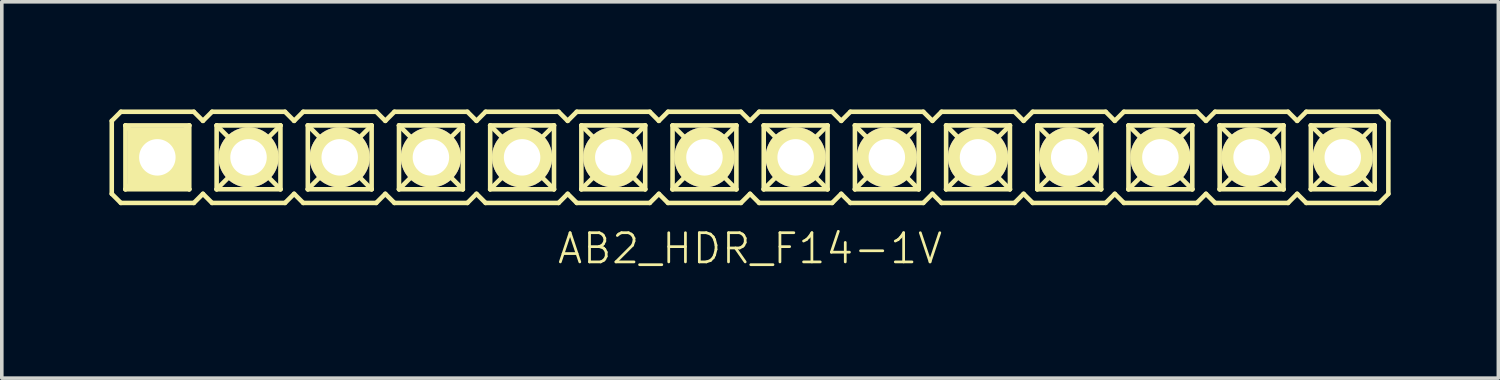
<source format=kicad_pcb>
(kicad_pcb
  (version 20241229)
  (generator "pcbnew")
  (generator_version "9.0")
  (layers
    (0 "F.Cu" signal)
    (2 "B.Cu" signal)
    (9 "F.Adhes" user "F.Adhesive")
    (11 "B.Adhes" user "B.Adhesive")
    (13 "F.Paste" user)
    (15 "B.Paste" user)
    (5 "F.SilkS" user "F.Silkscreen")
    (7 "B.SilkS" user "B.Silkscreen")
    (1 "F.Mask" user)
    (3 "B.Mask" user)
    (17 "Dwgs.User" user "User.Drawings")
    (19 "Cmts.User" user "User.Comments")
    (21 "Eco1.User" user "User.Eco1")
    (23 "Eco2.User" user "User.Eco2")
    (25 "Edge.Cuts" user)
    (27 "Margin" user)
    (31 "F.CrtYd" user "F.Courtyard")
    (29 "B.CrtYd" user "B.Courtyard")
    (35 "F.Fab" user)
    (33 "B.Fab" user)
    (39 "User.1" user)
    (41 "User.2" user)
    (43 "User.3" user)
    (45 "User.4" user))
  (footprint "AB2_HDR_F14-1V"
    (layer "F.Cu")
    (at 17.843 1.333)
    (property "Reference" "AB2_HDR_F14-1V" (at 0 2.54 0) (layer "F.SilkS") (effects (font (size 0.813 0.813) (thickness 0.076))))
    (attr through_hole)
    (fp_line (start -17.78 -1.016) (end -17.526 -1.27) (stroke (width 0.127) (type solid)) (layer "F.SilkS"))
    (fp_line (start -17.78 1.016) (end -17.78 -1.016) (stroke (width 0.127) (type solid)) (layer "F.SilkS"))
    (fp_line (start -17.526 -1.27) (end -15.494 -1.27) (stroke (width 0.127) (type solid)) (layer "F.SilkS"))
    (fp_line (start -17.526 1.27) (end -17.78 1.016) (stroke (width 0.127) (type solid)) (layer "F.SilkS"))
    (fp_line (start -17.399 -0.889) (end -15.621 -0.889) (stroke (width 0.127) (type solid)) (layer "F.SilkS"))
    (fp_line (start -17.399 0.889) (end -17.399 -0.889) (stroke (width 0.127) (type solid)) (layer "F.SilkS"))
    (fp_line (start -17.018 -0.508) (end -17.399 -0.889) (stroke (width 0.127) (type solid)) (layer "F.SilkS"))
    (fp_line (start -17.018 -0.508) (end -16.002 -0.508) (stroke (width 0.127) (type solid)) (layer "F.SilkS"))
    (fp_line (start -17.018 0.508) (end -17.399 0.889) (stroke (width 0.127) (type solid)) (layer "F.SilkS"))
    (fp_line (start -17.018 0.508) (end -17.018 -0.508) (stroke (width 0.127) (type solid)) (layer "F.SilkS"))
    (fp_line (start -16.002 -0.508) (end -16.002 0.508) (stroke (width 0.127) (type solid)) (layer "F.SilkS"))
    (fp_line (start -16.002 -0.508) (end -15.621 -0.889) (stroke (width 0.127) (type solid)) (layer "F.SilkS"))
    (fp_line (start -16.002 0.508) (end -17.018 0.508) (stroke (width 0.127) (type solid)) (layer "F.SilkS"))
    (fp_line (start -16.002 0.508) (end -15.621 0.889) (stroke (width 0.127) (type solid)) (layer "F.SilkS"))
    (fp_line (start -15.621 -0.889) (end -15.621 0.889) (stroke (width 0.127) (type solid)) (layer "F.SilkS"))
    (fp_line (start -15.621 0.889) (end -17.399 0.889) (stroke (width 0.127) (type solid)) (layer "F.SilkS"))
    (fp_line (start -15.494 -1.27) (end -15.24 -1.016) (stroke (width 0.127) (type solid)) (layer "F.SilkS"))
    (fp_line (start -15.494 1.27) (end -17.526 1.27) (stroke (width 0.127) (type solid)) (layer "F.SilkS"))
    (fp_line (start -15.24 -1.016) (end -14.986 -1.27) (stroke (width 0.127) (type solid)) (layer "F.SilkS"))
    (fp_line (start -15.24 1.016) (end -15.494 1.27) (stroke (width 0.127) (type solid)) (layer "F.SilkS"))
    (fp_line (start -14.986 -1.27) (end -12.954 -1.27) (stroke (width 0.127) (type solid)) (layer "F.SilkS"))
    (fp_line (start -14.986 1.27) (end -15.24 1.016) (stroke (width 0.127) (type solid)) (layer "F.SilkS"))
    (fp_line (start -14.859 -0.889) (end -13.081 -0.889) (stroke (width 0.127) (type solid)) (layer "F.SilkS"))
    (fp_line (start -14.859 0.889) (end -14.859 -0.889) (stroke (width 0.127) (type solid)) (layer "F.SilkS"))
    (fp_line (start -14.478 -0.508) (end -14.859 -0.889) (stroke (width 0.127) (type solid)) (layer "F.SilkS"))
    (fp_line (start -14.478 -0.508) (end -13.462 -0.508) (stroke (width 0.127) (type solid)) (layer "F.SilkS"))
    (fp_line (start -14.478 0.508) (end -14.859 0.889) (stroke (width 0.127) (type solid)) (layer "F.SilkS"))
    (fp_line (start -14.478 0.508) (end -14.478 -0.508) (stroke (width 0.127) (type solid)) (layer "F.SilkS"))
    (fp_line (start -13.462 -0.508) (end -13.462 0.508) (stroke (width 0.127) (type solid)) (layer "F.SilkS"))
    (fp_line (start -13.462 -0.508) (end -13.081 -0.889) (stroke (width 0.127) (type solid)) (layer "F.SilkS"))
    (fp_line (start -13.462 0.508) (end -14.478 0.508) (stroke (width 0.127) (type solid)) (layer "F.SilkS"))
    (fp_line (start -13.462 0.508) (end -13.081 0.889) (stroke (width 0.127) (type solid)) (layer "F.SilkS"))
    (fp_line (start -13.081 -0.889) (end -13.081 0.889) (stroke (width 0.127) (type solid)) (layer "F.SilkS"))
    (fp_line (start -13.081 0.889) (end -14.859 0.889) (stroke (width 0.127) (type solid)) (layer "F.SilkS"))
    (fp_line (start -12.954 -1.27) (end -12.7 -1.016) (stroke (width 0.127) (type solid)) (layer "F.SilkS"))
    (fp_line (start -12.954 1.27) (end -14.986 1.27) (stroke (width 0.127) (type solid)) (layer "F.SilkS"))
    (fp_line (start -12.7 -1.016) (end -12.446 -1.27) (stroke (width 0.127) (type solid)) (layer "F.SilkS"))
    (fp_line (start -12.7 1.016) (end -12.954 1.27) (stroke (width 0.127) (type solid)) (layer "F.SilkS"))
    (fp_line (start -12.446 -1.27) (end -10.414 -1.27) (stroke (width 0.127) (type solid)) (layer "F.SilkS"))
    (fp_line (start -12.446 1.27) (end -12.7 1.016) (stroke (width 0.127) (type solid)) (layer "F.SilkS"))
    (fp_line (start -12.319 -0.889) (end -10.541 -0.889) (stroke (width 0.127) (type solid)) (layer "F.SilkS"))
    (fp_line (start -12.319 0.889) (end -12.319 -0.889) (stroke (width 0.127) (type solid)) (layer "F.SilkS"))
    (fp_line (start -11.938 -0.508) (end -12.319 -0.889) (stroke (width 0.127) (type solid)) (layer "F.SilkS"))
    (fp_line (start -11.938 -0.508) (end -10.922 -0.508) (stroke (width 0.127) (type solid)) (layer "F.SilkS"))
    (fp_line (start -11.938 0.508) (end -12.319 0.889) (stroke (width 0.127) (type solid)) (layer "F.SilkS"))
    (fp_line (start -11.938 0.508) (end -11.938 -0.508) (stroke (width 0.127) (type solid)) (layer "F.SilkS"))
    (fp_line (start -10.922 -0.508) (end -10.922 0.508) (stroke (width 0.127) (type solid)) (layer "F.SilkS"))
    (fp_line (start -10.922 -0.508) (end -10.541 -0.889) (stroke (width 0.127) (type solid)) (layer "F.SilkS"))
    (fp_line (start -10.922 0.508) (end -11.938 0.508) (stroke (width 0.127) (type solid)) (layer "F.SilkS"))
    (fp_line (start -10.922 0.508) (end -10.541 0.889) (stroke (width 0.127) (type solid)) (layer "F.SilkS"))
    (fp_line (start -10.541 -0.889) (end -10.541 0.889) (stroke (width 0.127) (type solid)) (layer "F.SilkS"))
    (fp_line (start -10.541 0.889) (end -12.319 0.889) (stroke (width 0.127) (type solid)) (layer "F.SilkS"))
    (fp_line (start -10.414 -1.27) (end -10.16 -1.016) (stroke (width 0.127) (type solid)) (layer "F.SilkS"))
    (fp_line (start -10.414 1.27) (end -12.446 1.27) (stroke (width 0.127) (type solid)) (layer "F.SilkS"))
    (fp_line (start -10.16 -1.016) (end -9.906 -1.27) (stroke (width 0.127) (type solid)) (layer "F.SilkS"))
    (fp_line (start -10.16 1.016) (end -10.414 1.27) (stroke (width 0.127) (type solid)) (layer "F.SilkS"))
    (fp_line (start -9.906 -1.27) (end -7.874 -1.27) (stroke (width 0.127) (type solid)) (layer "F.SilkS"))
    (fp_line (start -9.906 1.27) (end -10.16 1.016) (stroke (width 0.127) (type solid)) (layer "F.SilkS"))
    (fp_line (start -9.779 -0.889) (end -8.001 -0.889) (stroke (width 0.127) (type solid)) (layer "F.SilkS"))
    (fp_line (start -9.779 0.889) (end -9.779 -0.889) (stroke (width 0.127) (type solid)) (layer "F.SilkS"))
    (fp_line (start -9.398 -0.508) (end -9.779 -0.889) (stroke (width 0.127) (type solid)) (layer "F.SilkS"))
    (fp_line (start -9.398 -0.508) (end -8.382 -0.508) (stroke (width 0.127) (type solid)) (layer "F.SilkS"))
    (fp_line (start -9.398 0.508) (end -9.779 0.889) (stroke (width 0.127) (type solid)) (layer "F.SilkS"))
    (fp_line (start -9.398 0.508) (end -9.398 -0.508) (stroke (width 0.127) (type solid)) (layer "F.SilkS"))
    (fp_line (start -8.382 -0.508) (end -8.382 0.508) (stroke (width 0.127) (type solid)) (layer "F.SilkS"))
    (fp_line (start -8.382 -0.508) (end -8.001 -0.889) (stroke (width 0.127) (type solid)) (layer "F.SilkS"))
    (fp_line (start -8.382 0.508) (end -9.398 0.508) (stroke (width 0.127) (type solid)) (layer "F.SilkS"))
    (fp_line (start -8.382 0.508) (end -8.001 0.889) (stroke (width 0.127) (type solid)) (layer "F.SilkS"))
    (fp_line (start -8.001 -0.889) (end -8.001 0.889) (stroke (width 0.127) (type solid)) (layer "F.SilkS"))
    (fp_line (start -8.001 0.889) (end -9.779 0.889) (stroke (width 0.127) (type solid)) (layer "F.SilkS"))
    (fp_line (start -7.874 -1.27) (end -7.62 -1.016) (stroke (width 0.127) (type solid)) (layer "F.SilkS"))
    (fp_line (start -7.874 1.27) (end -9.906 1.27) (stroke (width 0.127) (type solid)) (layer "F.SilkS"))
    (fp_line (start -7.62 -1.016) (end -7.366 -1.27) (stroke (width 0.127) (type solid)) (layer "F.SilkS"))
    (fp_line (start -7.62 1.016) (end -7.874 1.27) (stroke (width 0.127) (type solid)) (layer "F.SilkS"))
    (fp_line (start -7.366 -1.27) (end -5.334 -1.27) (stroke (width 0.127) (type solid)) (layer "F.SilkS"))
    (fp_line (start -7.366 1.27) (end -7.62 1.016) (stroke (width 0.127) (type solid)) (layer "F.SilkS"))
    (fp_line (start -7.239 -0.889) (end -5.461 -0.889) (stroke (width 0.127) (type solid)) (layer "F.SilkS"))
    (fp_line (start -7.239 0.889) (end -7.239 -0.889) (stroke (width 0.127) (type solid)) (layer "F.SilkS"))
    (fp_line (start -6.858 -0.508) (end -7.239 -0.889) (stroke (width 0.127) (type solid)) (layer "F.SilkS"))
    (fp_line (start -6.858 -0.508) (end -5.842 -0.508) (stroke (width 0.127) (type solid)) (layer "F.SilkS"))
    (fp_line (start -6.858 0.508) (end -7.239 0.889) (stroke (width 0.127) (type solid)) (layer "F.SilkS"))
    (fp_line (start -6.858 0.508) (end -6.858 -0.508) (stroke (width 0.127) (type solid)) (layer "F.SilkS"))
    (fp_line (start -5.842 -0.508) (end -5.842 0.508) (stroke (width 0.127) (type solid)) (layer "F.SilkS"))
    (fp_line (start -5.842 -0.508) (end -5.461 -0.889) (stroke (width 0.127) (type solid)) (layer "F.SilkS"))
    (fp_line (start -5.842 0.508) (end -6.858 0.508) (stroke (width 0.127) (type solid)) (layer "F.SilkS"))
    (fp_line (start -5.842 0.508) (end -5.461 0.889) (stroke (width 0.127) (type solid)) (layer "F.SilkS"))
    (fp_line (start -5.461 -0.889) (end -5.461 0.889) (stroke (width 0.127) (type solid)) (layer "F.SilkS"))
    (fp_line (start -5.461 0.889) (end -7.239 0.889) (stroke (width 0.127) (type solid)) (layer "F.SilkS"))
    (fp_line (start -5.334 -1.27) (end -5.08 -1.016) (stroke (width 0.127) (type solid)) (layer "F.SilkS"))
    (fp_line (start -5.334 1.27) (end -7.366 1.27) (stroke (width 0.127) (type solid)) (layer "F.SilkS"))
    (fp_line (start -5.08 -1.016) (end -4.826 -1.27) (stroke (width 0.127) (type solid)) (layer "F.SilkS"))
    (fp_line (start -5.08 1.016) (end -5.334 1.27) (stroke (width 0.127) (type solid)) (layer "F.SilkS"))
    (fp_line (start -4.826 -1.27) (end -2.794 -1.27) (stroke (width 0.127) (type solid)) (layer "F.SilkS"))
    (fp_line (start -4.826 1.27) (end -5.08 1.016) (stroke (width 0.127) (type solid)) (layer "F.SilkS"))
    (fp_line (start -4.699 -0.889) (end -2.921 -0.889) (stroke (width 0.127) (type solid)) (layer "F.SilkS"))
    (fp_line (start -4.699 0.889) (end -4.699 -0.889) (stroke (width 0.127) (type solid)) (layer "F.SilkS"))
    (fp_line (start -4.318 -0.508) (end -4.699 -0.889) (stroke (width 0.127) (type solid)) (layer "F.SilkS"))
    (fp_line (start -4.318 -0.508) (end -3.302 -0.508) (stroke (width 0.127) (type solid)) (layer "F.SilkS"))
    (fp_line (start -4.318 0.508) (end -4.699 0.889) (stroke (width 0.127) (type solid)) (layer "F.SilkS"))
    (fp_line (start -4.318 0.508) (end -4.318 -0.508) (stroke (width 0.127) (type solid)) (layer "F.SilkS"))
    (fp_line (start -3.302 -0.508) (end -3.302 0.508) (stroke (width 0.127) (type solid)) (layer "F.SilkS"))
    (fp_line (start -3.302 -0.508) (end -2.921 -0.889) (stroke (width 0.127) (type solid)) (layer "F.SilkS"))
    (fp_line (start -3.302 0.508) (end -4.318 0.508) (stroke (width 0.127) (type solid)) (layer "F.SilkS"))
    (fp_line (start -3.302 0.508) (end -2.921 0.889) (stroke (width 0.127) (type solid)) (layer "F.SilkS"))
    (fp_line (start -2.921 -0.889) (end -2.921 0.889) (stroke (width 0.127) (type solid)) (layer "F.SilkS"))
    (fp_line (start -2.921 0.889) (end -4.699 0.889) (stroke (width 0.127) (type solid)) (layer "F.SilkS"))
    (fp_line (start -2.794 -1.27) (end -2.54 -1.016) (stroke (width 0.127) (type solid)) (layer "F.SilkS"))
    (fp_line (start -2.794 1.27) (end -4.826 1.27) (stroke (width 0.127) (type solid)) (layer "F.SilkS"))
    (fp_line (start -2.54 -1.016) (end -2.286 -1.27) (stroke (width 0.127) (type solid)) (layer "F.SilkS"))
    (fp_line (start -2.54 1.016) (end -2.794 1.27) (stroke (width 0.127) (type solid)) (layer "F.SilkS"))
    (fp_line (start -2.286 -1.27) (end -0.254 -1.27) (stroke (width 0.127) (type solid)) (layer "F.SilkS"))
    (fp_line (start -2.286 1.27) (end -2.54 1.016) (stroke (width 0.127) (type solid)) (layer "F.SilkS"))
    (fp_line (start -2.159 -0.889) (end -0.381 -0.889) (stroke (width 0.127) (type solid)) (layer "F.SilkS"))
    (fp_line (start -2.159 0.889) (end -2.159 -0.889) (stroke (width 0.127) (type solid)) (layer "F.SilkS"))
    (fp_line (start -1.778 -0.508) (end -2.159 -0.889) (stroke (width 0.127) (type solid)) (layer "F.SilkS"))
    (fp_line (start -1.778 -0.508) (end -0.762 -0.508) (stroke (width 0.127) (type solid)) (layer "F.SilkS"))
    (fp_line (start -1.778 0.508) (end -2.159 0.889) (stroke (width 0.127) (type solid)) (layer "F.SilkS"))
    (fp_line (start -1.778 0.508) (end -1.778 -0.508) (stroke (width 0.127) (type solid)) (layer "F.SilkS"))
    (fp_line (start -0.762 -0.508) (end -0.762 0.508) (stroke (width 0.127) (type solid)) (layer "F.SilkS"))
    (fp_line (start -0.762 -0.508) (end -0.381 -0.889) (stroke (width 0.127) (type solid)) (layer "F.SilkS"))
    (fp_line (start -0.762 0.508) (end -1.778 0.508) (stroke (width 0.127) (type solid)) (layer "F.SilkS"))
    (fp_line (start -0.762 0.508) (end -0.381 0.889) (stroke (width 0.127) (type solid)) (layer "F.SilkS"))
    (fp_line (start -0.381 -0.889) (end -0.381 0.889) (stroke (width 0.127) (type solid)) (layer "F.SilkS"))
    (fp_line (start -0.381 0.889) (end -2.159 0.889) (stroke (width 0.127) (type solid)) (layer "F.SilkS"))
    (fp_line (start -0.254 -1.27) (end 0 -1.016) (stroke (width 0.127) (type solid)) (layer "F.SilkS"))
    (fp_line (start -0.254 1.27) (end -2.286 1.27) (stroke (width 0.127) (type solid)) (layer "F.SilkS"))
    (fp_line (start 0 -1.016) (end 0.254 -1.27) (stroke (width 0.127) (type solid)) (layer "F.SilkS"))
    (fp_line (start 0 1.016) (end -0.254 1.27) (stroke (width 0.127) (type solid)) (layer "F.SilkS"))
    (fp_line (start 0.254 -1.27) (end 2.286 -1.27) (stroke (width 0.127) (type solid)) (layer "F.SilkS"))
    (fp_line (start 0.254 1.27) (end 0 1.016) (stroke (width 0.127) (type solid)) (layer "F.SilkS"))
    (fp_line (start 0.381 -0.889) (end 2.159 -0.889) (stroke (width 0.127) (type solid)) (layer "F.SilkS"))
    (fp_line (start 0.381 0.889) (end 0.381 -0.889) (stroke (width 0.127) (type solid)) (layer "F.SilkS"))
    (fp_line (start 0.762 -0.508) (end 0.381 -0.889) (stroke (width 0.127) (type solid)) (layer "F.SilkS"))
    (fp_line (start 0.762 -0.508) (end 1.778 -0.508) (stroke (width 0.127) (type solid)) (layer "F.SilkS"))
    (fp_line (start 0.762 0.508) (end 0.381 0.889) (stroke (width 0.127) (type solid)) (layer "F.SilkS"))
    (fp_line (start 0.762 0.508) (end 0.762 -0.508) (stroke (width 0.127) (type solid)) (layer "F.SilkS"))
    (fp_line (start 1.778 -0.508) (end 1.778 0.508) (stroke (width 0.127) (type solid)) (layer "F.SilkS"))
    (fp_line (start 1.778 -0.508) (end 2.159 -0.889) (stroke (width 0.127) (type solid)) (layer "F.SilkS"))
    (fp_line (start 1.778 0.508) (end 0.762 0.508) (stroke (width 0.127) (type solid)) (layer "F.SilkS"))
    (fp_line (start 1.778 0.508) (end 2.159 0.889) (stroke (width 0.127) (type solid)) (layer "F.SilkS"))
    (fp_line (start 2.159 -0.889) (end 2.159 0.889) (stroke (width 0.127) (type solid)) (layer "F.SilkS"))
    (fp_line (start 2.159 0.889) (end 0.381 0.889) (stroke (width 0.127) (type solid)) (layer "F.SilkS"))
    (fp_line (start 2.286 -1.27) (end 2.54 -1.016) (stroke (width 0.127) (type solid)) (layer "F.SilkS"))
    (fp_line (start 2.286 1.27) (end 0.254 1.27) (stroke (width 0.127) (type solid)) (layer "F.SilkS"))
    (fp_line (start 2.54 -1.016) (end 2.794 -1.27) (stroke (width 0.127) (type solid)) (layer "F.SilkS"))
    (fp_line (start 2.54 1.016) (end 2.286 1.27) (stroke (width 0.127) (type solid)) (layer "F.SilkS"))
    (fp_line (start 2.794 -1.27) (end 4.826 -1.27) (stroke (width 0.127) (type solid)) (layer "F.SilkS"))
    (fp_line (start 2.794 1.27) (end 2.54 1.016) (stroke (width 0.127) (type solid)) (layer "F.SilkS"))
    (fp_line (start 2.921 -0.889) (end 4.699 -0.889) (stroke (width 0.127) (type solid)) (layer "F.SilkS"))
    (fp_line (start 2.921 0.889) (end 2.921 -0.889) (stroke (width 0.127) (type solid)) (layer "F.SilkS"))
    (fp_line (start 3.302 -0.508) (end 2.921 -0.889) (stroke (width 0.127) (type solid)) (layer "F.SilkS"))
    (fp_line (start 3.302 -0.508) (end 4.318 -0.508) (stroke (width 0.127) (type solid)) (layer "F.SilkS"))
    (fp_line (start 3.302 0.508) (end 2.921 0.889) (stroke (width 0.127) (type solid)) (layer "F.SilkS"))
    (fp_line (start 3.302 0.508) (end 3.302 -0.508) (stroke (width 0.127) (type solid)) (layer "F.SilkS"))
    (fp_line (start 4.318 -0.508) (end 4.318 0.508) (stroke (width 0.127) (type solid)) (layer "F.SilkS"))
    (fp_line (start 4.318 -0.508) (end 4.699 -0.889) (stroke (width 0.127) (type solid)) (layer "F.SilkS"))
    (fp_line (start 4.318 0.508) (end 3.302 0.508) (stroke (width 0.127) (type solid)) (layer "F.SilkS"))
    (fp_line (start 4.318 0.508) (end 4.699 0.889) (stroke (width 0.127) (type solid)) (layer "F.SilkS"))
    (fp_line (start 4.699 -0.889) (end 4.699 0.889) (stroke (width 0.127) (type solid)) (layer "F.SilkS"))
    (fp_line (start 4.699 0.889) (end 2.921 0.889) (stroke (width 0.127) (type solid)) (layer "F.SilkS"))
    (fp_line (start 4.826 -1.27) (end 5.08 -1.016) (stroke (width 0.127) (type solid)) (layer "F.SilkS"))
    (fp_line (start 4.826 1.27) (end 2.794 1.27) (stroke (width 0.127) (type solid)) (layer "F.SilkS"))
    (fp_line (start 5.08 -1.016) (end 5.334 -1.27) (stroke (width 0.127) (type solid)) (layer "F.SilkS"))
    (fp_line (start 5.08 1.016) (end 4.826 1.27) (stroke (width 0.127) (type solid)) (layer "F.SilkS"))
    (fp_line (start 5.334 -1.27) (end 7.366 -1.27) (stroke (width 0.127) (type solid)) (layer "F.SilkS"))
    (fp_line (start 5.334 1.27) (end 5.08 1.016) (stroke (width 0.127) (type solid)) (layer "F.SilkS"))
    (fp_line (start 5.461 -0.889) (end 7.239 -0.889) (stroke (width 0.127) (type solid)) (layer "F.SilkS"))
    (fp_line (start 5.461 0.889) (end 5.461 -0.889) (stroke (width 0.127) (type solid)) (layer "F.SilkS"))
    (fp_line (start 5.842 -0.508) (end 5.461 -0.889) (stroke (width 0.127) (type solid)) (layer "F.SilkS"))
    (fp_line (start 5.842 -0.508) (end 6.858 -0.508) (stroke (width 0.127) (type solid)) (layer "F.SilkS"))
    (fp_line (start 5.842 0.508) (end 5.461 0.889) (stroke (width 0.127) (type solid)) (layer "F.SilkS"))
    (fp_line (start 5.842 0.508) (end 5.842 -0.508) (stroke (width 0.127) (type solid)) (layer "F.SilkS"))
    (fp_line (start 6.858 -0.508) (end 6.858 0.508) (stroke (width 0.127) (type solid)) (layer "F.SilkS"))
    (fp_line (start 6.858 -0.508) (end 7.239 -0.889) (stroke (width 0.127) (type solid)) (layer "F.SilkS"))
    (fp_line (start 6.858 0.508) (end 5.842 0.508) (stroke (width 0.127) (type solid)) (layer "F.SilkS"))
    (fp_line (start 6.858 0.508) (end 7.239 0.889) (stroke (width 0.127) (type solid)) (layer "F.SilkS"))
    (fp_line (start 7.239 -0.889) (end 7.239 0.889) (stroke (width 0.127) (type solid)) (layer "F.SilkS"))
    (fp_line (start 7.239 0.889) (end 5.461 0.889) (stroke (width 0.127) (type solid)) (layer "F.SilkS"))
    (fp_line (start 7.366 -1.27) (end 7.62 -1.016) (stroke (width 0.127) (type solid)) (layer "F.SilkS"))
    (fp_line (start 7.366 1.27) (end 5.334 1.27) (stroke (width 0.127) (type solid)) (layer "F.SilkS"))
    (fp_line (start 7.62 -1.016) (end 7.874 -1.27) (stroke (width 0.127) (type solid)) (layer "F.SilkS"))
    (fp_line (start 7.62 1.016) (end 7.366 1.27) (stroke (width 0.127) (type solid)) (layer "F.SilkS"))
    (fp_line (start 7.874 -1.27) (end 9.906 -1.27) (stroke (width 0.127) (type solid)) (layer "F.SilkS"))
    (fp_line (start 7.874 1.27) (end 7.62 1.016) (stroke (width 0.127) (type solid)) (layer "F.SilkS"))
    (fp_line (start 8.001 -0.889) (end 9.779 -0.889) (stroke (width 0.127) (type solid)) (layer "F.SilkS"))
    (fp_line (start 8.001 0.889) (end 8.001 -0.889) (stroke (width 0.127) (type solid)) (layer "F.SilkS"))
    (fp_line (start 8.382 -0.508) (end 8.001 -0.889) (stroke (width 0.127) (type solid)) (layer "F.SilkS"))
    (fp_line (start 8.382 -0.508) (end 9.398 -0.508) (stroke (width 0.127) (type solid)) (layer "F.SilkS"))
    (fp_line (start 8.382 0.508) (end 8.001 0.889) (stroke (width 0.127) (type solid)) (layer "F.SilkS"))
    (fp_line (start 8.382 0.508) (end 8.382 -0.508) (stroke (width 0.127) (type solid)) (layer "F.SilkS"))
    (fp_line (start 9.398 -0.508) (end 9.398 0.508) (stroke (width 0.127) (type solid)) (layer "F.SilkS"))
    (fp_line (start 9.398 -0.508) (end 9.779 -0.889) (stroke (width 0.127) (type solid)) (layer "F.SilkS"))
    (fp_line (start 9.398 0.508) (end 8.382 0.508) (stroke (width 0.127) (type solid)) (layer "F.SilkS"))
    (fp_line (start 9.398 0.508) (end 9.779 0.889) (stroke (width 0.127) (type solid)) (layer "F.SilkS"))
    (fp_line (start 9.779 -0.889) (end 9.779 0.889) (stroke (width 0.127) (type solid)) (layer "F.SilkS"))
    (fp_line (start 9.779 0.889) (end 8.001 0.889) (stroke (width 0.127) (type solid)) (layer "F.SilkS"))
    (fp_line (start 9.906 -1.27) (end 10.16 -1.016) (stroke (width 0.127) (type solid)) (layer "F.SilkS"))
    (fp_line (start 9.906 1.27) (end 7.874 1.27) (stroke (width 0.127) (type solid)) (layer "F.SilkS"))
    (fp_line (start 10.16 -1.016) (end 10.414 -1.27) (stroke (width 0.127) (type solid)) (layer "F.SilkS"))
    (fp_line (start 10.16 1.016) (end 9.906 1.27) (stroke (width 0.127) (type solid)) (layer "F.SilkS"))
    (fp_line (start 10.414 -1.27) (end 12.446 -1.27) (stroke (width 0.127) (type solid)) (layer "F.SilkS"))
    (fp_line (start 10.414 1.27) (end 10.16 1.016) (stroke (width 0.127) (type solid)) (layer "F.SilkS"))
    (fp_line (start 10.541 -0.889) (end 12.319 -0.889) (stroke (width 0.127) (type solid)) (layer "F.SilkS"))
    (fp_line (start 10.541 0.889) (end 10.541 -0.889) (stroke (width 0.127) (type solid)) (layer "F.SilkS"))
    (fp_line (start 10.922 -0.508) (end 10.541 -0.889) (stroke (width 0.127) (type solid)) (layer "F.SilkS"))
    (fp_line (start 10.922 -0.508) (end 11.938 -0.508) (stroke (width 0.127) (type solid)) (layer "F.SilkS"))
    (fp_line (start 10.922 0.508) (end 10.541 0.889) (stroke (width 0.127) (type solid)) (layer "F.SilkS"))
    (fp_line (start 10.922 0.508) (end 10.922 -0.508) (stroke (width 0.127) (type solid)) (layer "F.SilkS"))
    (fp_line (start 11.938 -0.508) (end 11.938 0.508) (stroke (width 0.127) (type solid)) (layer "F.SilkS"))
    (fp_line (start 11.938 -0.508) (end 12.319 -0.889) (stroke (width 0.127) (type solid)) (layer "F.SilkS"))
    (fp_line (start 11.938 0.508) (end 10.922 0.508) (stroke (width 0.127) (type solid)) (layer "F.SilkS"))
    (fp_line (start 11.938 0.508) (end 12.319 0.889) (stroke (width 0.127) (type solid)) (layer "F.SilkS"))
    (fp_line (start 12.319 -0.889) (end 12.319 0.889) (stroke (width 0.127) (type solid)) (layer "F.SilkS"))
    (fp_line (start 12.319 0.889) (end 10.541 0.889) (stroke (width 0.127) (type solid)) (layer "F.SilkS"))
    (fp_line (start 12.446 -1.27) (end 12.7 -1.016) (stroke (width 0.127) (type solid)) (layer "F.SilkS"))
    (fp_line (start 12.446 1.27) (end 10.414 1.27) (stroke (width 0.127) (type solid)) (layer "F.SilkS"))
    (fp_line (start 12.7 -1.016) (end 12.954 -1.27) (stroke (width 0.127) (type solid)) (layer "F.SilkS"))
    (fp_line (start 12.7 1.016) (end 12.446 1.27) (stroke (width 0.127) (type solid)) (layer "F.SilkS"))
    (fp_line (start 12.954 -1.27) (end 14.986 -1.27) (stroke (width 0.127) (type solid)) (layer "F.SilkS"))
    (fp_line (start 12.954 1.27) (end 12.7 1.016) (stroke (width 0.127) (type solid)) (layer "F.SilkS"))
    (fp_line (start 13.081 -0.889) (end 14.859 -0.889) (stroke (width 0.127) (type solid)) (layer "F.SilkS"))
    (fp_line (start 13.081 0.889) (end 13.081 -0.889) (stroke (width 0.127) (type solid)) (layer "F.SilkS"))
    (fp_line (start 13.462 -0.508) (end 13.081 -0.889) (stroke (width 0.127) (type solid)) (layer "F.SilkS"))
    (fp_line (start 13.462 -0.508) (end 14.478 -0.508) (stroke (width 0.127) (type solid)) (layer "F.SilkS"))
    (fp_line (start 13.462 0.508) (end 13.081 0.889) (stroke (width 0.127) (type solid)) (layer "F.SilkS"))
    (fp_line (start 13.462 0.508) (end 13.462 -0.508) (stroke (width 0.127) (type solid)) (layer "F.SilkS"))
    (fp_line (start 14.478 -0.508) (end 14.478 0.508) (stroke (width 0.127) (type solid)) (layer "F.SilkS"))
    (fp_line (start 14.478 -0.508) (end 14.859 -0.889) (stroke (width 0.127) (type solid)) (layer "F.SilkS"))
    (fp_line (start 14.478 0.508) (end 13.462 0.508) (stroke (width 0.127) (type solid)) (layer "F.SilkS"))
    (fp_line (start 14.478 0.508) (end 14.859 0.889) (stroke (width 0.127) (type solid)) (layer "F.SilkS"))
    (fp_line (start 14.859 -0.889) (end 14.859 0.889) (stroke (width 0.127) (type solid)) (layer "F.SilkS"))
    (fp_line (start 14.859 0.889) (end 13.081 0.889) (stroke (width 0.127) (type solid)) (layer "F.SilkS"))
    (fp_line (start 14.986 -1.27) (end 15.24 -1.016) (stroke (width 0.127) (type solid)) (layer "F.SilkS"))
    (fp_line (start 14.986 1.27) (end 12.954 1.27) (stroke (width 0.127) (type solid)) (layer "F.SilkS"))
    (fp_line (start 15.24 -1.016) (end 15.494 -1.27) (stroke (width 0.127) (type solid)) (layer "F.SilkS"))
    (fp_line (start 15.24 1.016) (end 14.986 1.27) (stroke (width 0.127) (type solid)) (layer "F.SilkS"))
    (fp_line (start 15.494 -1.27) (end 17.526 -1.27) (stroke (width 0.127) (type solid)) (layer "F.SilkS"))
    (fp_line (start 15.494 1.27) (end 15.24 1.016) (stroke (width 0.127) (type solid)) (layer "F.SilkS"))
    (fp_line (start 15.621 -0.889) (end 17.399 -0.889) (stroke (width 0.127) (type solid)) (layer "F.SilkS"))
    (fp_line (start 15.621 0.889) (end 15.621 -0.889) (stroke (width 0.127) (type solid)) (layer "F.SilkS"))
    (fp_line (start 16.002 -0.508) (end 15.621 -0.889) (stroke (width 0.127) (type solid)) (layer "F.SilkS"))
    (fp_line (start 16.002 -0.508) (end 17.018 -0.508) (stroke (width 0.127) (type solid)) (layer "F.SilkS"))
    (fp_line (start 16.002 0.508) (end 15.621 0.889) (stroke (width 0.127) (type solid)) (layer "F.SilkS"))
    (fp_line (start 16.002 0.508) (end 16.002 -0.508) (stroke (width 0.127) (type solid)) (layer "F.SilkS"))
    (fp_line (start 17.018 -0.508) (end 17.018 0.508) (stroke (width 0.127) (type solid)) (layer "F.SilkS"))
    (fp_line (start 17.018 -0.508) (end 17.399 -0.889) (stroke (width 0.127) (type solid)) (layer "F.SilkS"))
    (fp_line (start 17.018 0.508) (end 16.002 0.508) (stroke (width 0.127) (type solid)) (layer "F.SilkS"))
    (fp_line (start 17.018 0.508) (end 17.399 0.889) (stroke (width 0.127) (type solid)) (layer "F.SilkS"))
    (fp_line (start 17.399 -0.889) (end 17.399 0.889) (stroke (width 0.127) (type solid)) (layer "F.SilkS"))
    (fp_line (start 17.399 0.889) (end 15.621 0.889) (stroke (width 0.127) (type solid)) (layer "F.SilkS"))
    (fp_line (start 17.526 -1.27) (end 17.78 -1.016) (stroke (width 0.127) (type solid)) (layer "F.SilkS"))
    (fp_line (start 17.526 1.27) (end 15.494 1.27) (stroke (width 0.127) (type solid)) (layer "F.SilkS"))
    (fp_line (start 17.78 1.016) (end 17.526 1.27) (stroke (width 0.127) (type solid)) (layer "F.SilkS"))
    (fp_line (start 17.78 1.016) (end 17.78 -1.016) (stroke (width 0.127) (type solid)) (layer "F.SilkS"))
    (pad "1" thru_hole rect (at -16.51 0) (size 1.676 1.676) (drill 1.016) (layers "*.Cu" "*.Mask" "F.SilkS"))
    (pad "2" thru_hole circle (at -13.97 0) (size 1.676 1.676) (drill 1.016) (layers "*.Cu" "*.Mask" "F.SilkS"))
    (pad "3" thru_hole circle (at -11.43 0) (size 1.676 1.676) (drill 1.016) (layers "*.Cu" "*.Mask" "F.SilkS"))
    (pad "4" thru_hole circle (at -8.89 0) (size 1.676 1.676) (drill 1.016) (layers "*.Cu" "*.Mask" "F.SilkS"))
    (pad "5" thru_hole circle (at -6.35 0) (size 1.676 1.676) (drill 1.016) (layers "*.Cu" "*.Mask" "F.SilkS"))
    (pad "6" thru_hole circle (at -3.81 0) (size 1.676 1.676) (drill 1.016) (layers "*.Cu" "*.Mask" "F.SilkS"))
    (pad "7" thru_hole circle (at -1.27 0) (size 1.676 1.676) (drill 1.016) (layers "*.Cu" "*.Mask" "F.SilkS"))
    (pad "8" thru_hole circle (at 1.27 0) (size 1.676 1.676) (drill 1.016) (layers "*.Cu" "*.Mask" "F.SilkS"))
    (pad "9" thru_hole circle (at 3.81 0) (size 1.676 1.676) (drill 1.016) (layers "*.Cu" "*.Mask" "F.SilkS"))
    (pad "10" thru_hole circle (at 6.35 0) (size 1.676 1.676) (drill 1.016) (layers "*.Cu" "*.Mask" "F.SilkS"))
    (pad "11" thru_hole circle (at 8.89 0) (size 1.676 1.676) (drill 1.016) (layers "*.Cu" "*.Mask" "F.SilkS"))
    (pad "12" thru_hole circle (at 11.43 0) (size 1.676 1.676) (drill 1.016) (layers "*.Cu" "*.Mask" "F.SilkS"))
    (pad "13" thru_hole circle (at 13.97 0) (size 1.676 1.676) (drill 1.016) (layers "*.Cu" "*.Mask" "F.SilkS"))
    (pad "14" thru_hole circle (at 16.51 0) (size 1.676 1.676) (drill 1.016) (layers "*.Cu" "*.Mask" "F.SilkS")))
  (gr_rect
    (start -3 -3)
    (end 38.687 7.483)
    (stroke (width 0.1) (type default))
    (fill no)
    (layer "Edge.Cuts")))
</source>
